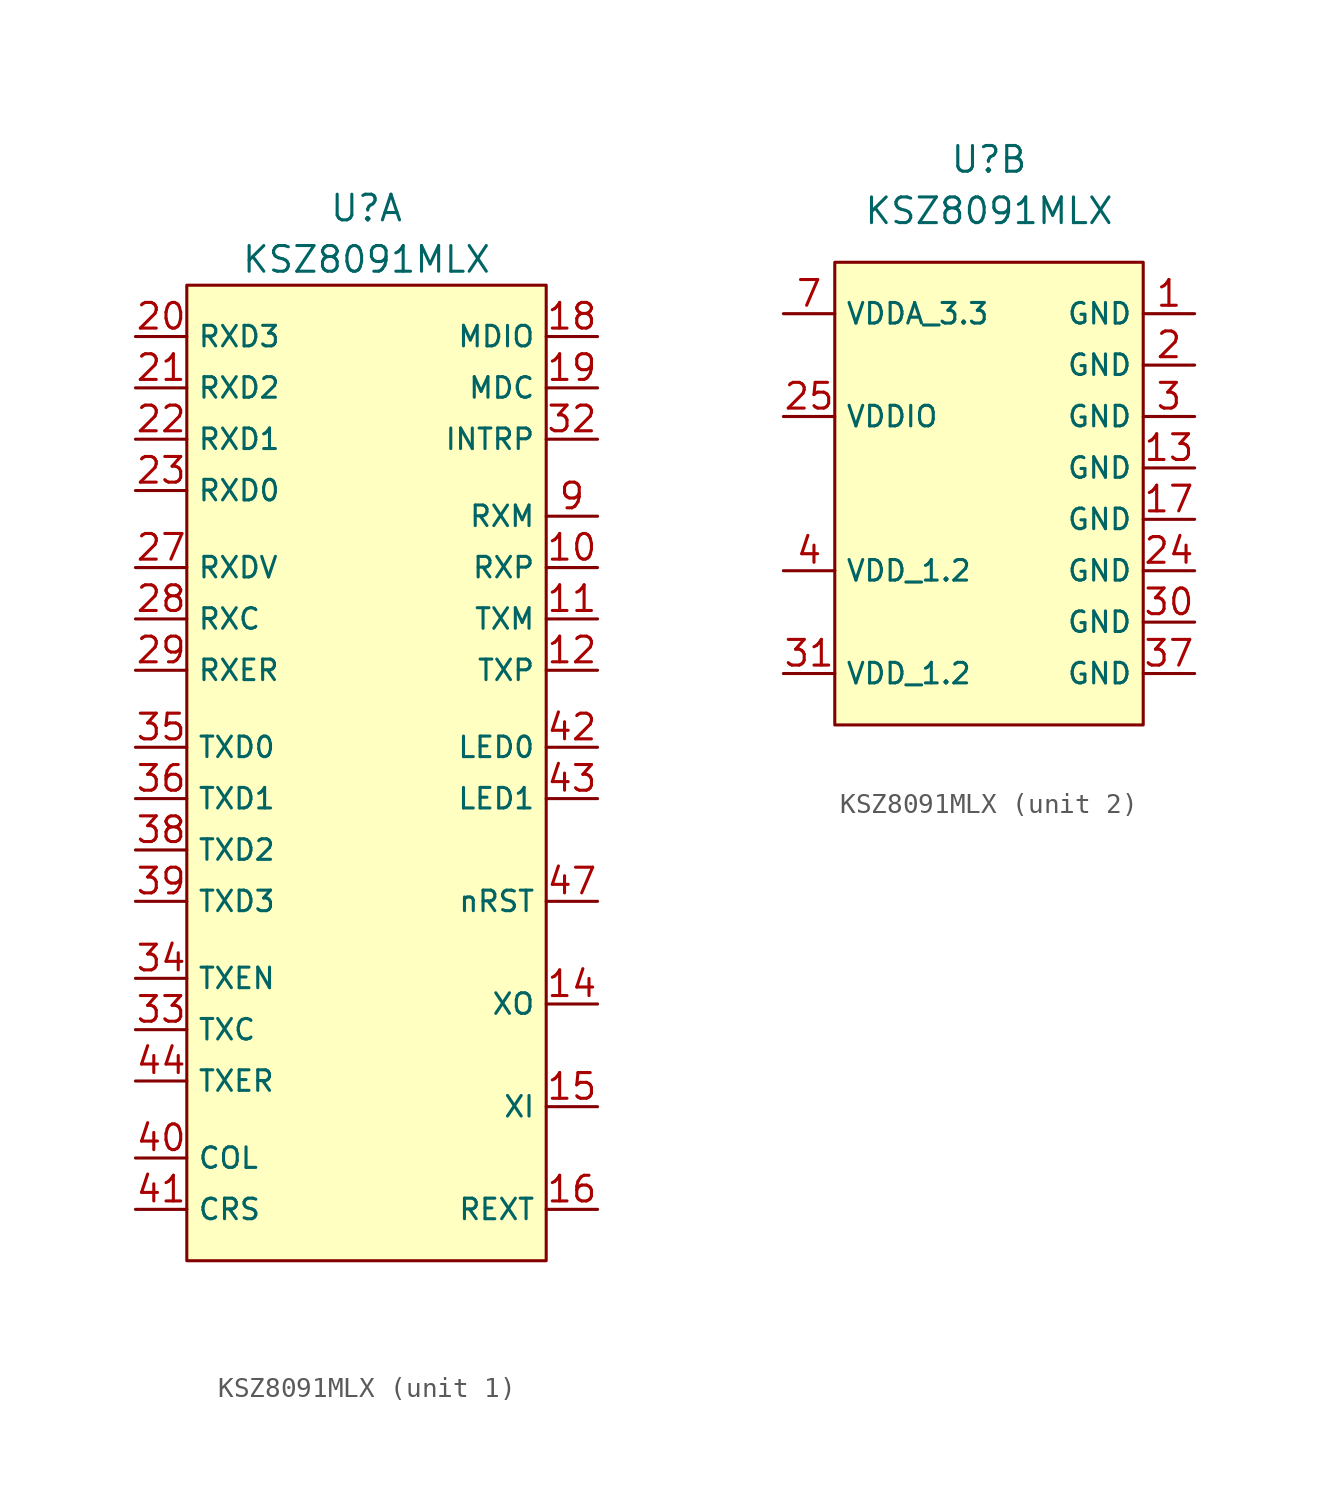
<source format=kicad_sym>
(kicad_symbol_lib
  (version 20201005)
  (generator kicad_symbol_editor)
  (symbol "CustomSymbols:KSZ8091MLX"
    (property "Reference" "U"
      (at 0 16.51 0)
      (effects (font (size 1.27 1.27))))
    (property "Value" "KSZ8091MLX"
      (at 0 13.97 0)
      (effects (font (size 1.27 1.27))))
    (property "ki_locked" ""
      (at 0 0 0)
      (effects (font (size 1.27 1.27))))
    (symbol "KSZ8091MLX_1_0"
      (pin bidirectional line (at 11.43 -1.27 180) (length 2.54) (name "RXP" (effects (font (size 1.016 1.016)))) (number "10" (effects (font (size 1.27 1.27)))))
      (pin bidirectional line (at 11.43 -3.81 180) (length 2.54) (name "TXM" (effects (font (size 1.016 1.016)))) (number "11" (effects (font (size 1.27 1.27)))))
      (pin bidirectional line (at 11.43 -6.35 180) (length 2.54) (name "TXP" (effects (font (size 1.016 1.016)))) (number "12" (effects (font (size 1.27 1.27)))))
      (pin output line (at 11.43 -22.86 180) (length 2.54) (name "XO" (effects (font (size 1.016 1.016)))) (number "14" (effects (font (size 1.27 1.27)))))
      (pin input line (at 11.43 -27.94 180) (length 2.54) (name "XI" (effects (font (size 1.016 1.016)))) (number "15" (effects (font (size 1.27 1.27)))))
      (pin input line (at 11.43 -33.02 180) (length 2.54) (name "REXT" (effects (font (size 1.016 1.016)))) (number "16" (effects (font (size 1.27 1.27)))))
      (pin bidirectional line (at 11.43 10.16 180) (length 2.54) (name "MDIO" (effects (font (size 1.016 1.016)))) (number "18" (effects (font (size 1.27 1.27)))))
      (pin input line (at 11.43 7.62 180) (length 2.54) (name "MDC" (effects (font (size 1.016 1.016)))) (number "19" (effects (font (size 1.27 1.27)))))
      (pin bidirectional line (at -11.43 10.16 0) (length 2.54) (name "RXD3" (effects (font (size 1.016 1.016)))) (number "20" (effects (font (size 1.27 1.27)))))
      (pin bidirectional line (at -11.43 7.62 0) (length 2.54) (name "RXD2" (effects (font (size 1.016 1.016)))) (number "21" (effects (font (size 1.27 1.27)))))
      (pin bidirectional line (at -11.43 5.08 0) (length 2.54) (name "RXD1" (effects (font (size 1.016 1.016)))) (number "22" (effects (font (size 1.27 1.27)))))
      (pin bidirectional line (at -11.43 2.54 0) (length 2.54) (name "RXD0" (effects (font (size 1.016 1.016)))) (number "23" (effects (font (size 1.27 1.27)))))
      (pin bidirectional line (at -11.43 -1.27 0) (length 2.54) (name "RXDV" (effects (font (size 1.016 1.016)))) (number "27" (effects (font (size 1.27 1.27)))))
      (pin bidirectional line (at -11.43 -3.81 0) (length 2.54) (name "RXC" (effects (font (size 1.016 1.016)))) (number "28" (effects (font (size 1.27 1.27)))))
      (pin bidirectional line (at -11.43 -6.35 0) (length 2.54) (name "RXER" (effects (font (size 1.016 1.016)))) (number "29" (effects (font (size 1.27 1.27)))))
      (pin bidirectional line (at 11.43 5.08 180) (length 2.54) (name "INTRP" (effects (font (size 1.016 1.016)))) (number "32" (effects (font (size 1.27 1.27)))))
      (pin output line (at -11.43 -24.13 0) (length 2.54) (name "TXC" (effects (font (size 1.016 1.016)))) (number "33" (effects (font (size 1.27 1.27)))))
      (pin input line (at -11.43 -21.59 0) (length 2.54) (name "TXEN" (effects (font (size 1.016 1.016)))) (number "34" (effects (font (size 1.27 1.27)))))
      (pin input line (at -11.43 -10.16 0) (length 2.54) (name "TXD0" (effects (font (size 1.016 1.016)))) (number "35" (effects (font (size 1.27 1.27)))))
      (pin input line (at -11.43 -12.7 0) (length 2.54) (name "TXD1" (effects (font (size 1.016 1.016)))) (number "36" (effects (font (size 1.27 1.27)))))
      (pin input line (at -11.43 -15.24 0) (length 2.54) (name "TXD2" (effects (font (size 1.016 1.016)))) (number "38" (effects (font (size 1.27 1.27)))))
      (pin input line (at -11.43 -17.78 0) (length 2.54) (name "TXD3" (effects (font (size 1.016 1.016)))) (number "39" (effects (font (size 1.27 1.27)))))
      (pin bidirectional line (at -11.43 -30.48 0) (length 2.54) (name "COL" (effects (font (size 1.016 1.016)))) (number "40" (effects (font (size 1.27 1.27)))))
      (pin bidirectional line (at -11.43 -33.02 0) (length 2.54) (name "CRS" (effects (font (size 1.016 1.016)))) (number "41" (effects (font (size 1.27 1.27)))))
      (pin bidirectional line (at 11.43 -10.16 180) (length 2.54) (name "LED0" (effects (font (size 1.016 1.016)))) (number "42" (effects (font (size 1.27 1.27)))))
      (pin bidirectional line (at 11.43 -12.7 180) (length 2.54) (name "LED1" (effects (font (size 1.016 1.016)))) (number "43" (effects (font (size 1.27 1.27)))))
      (pin input line (at -11.43 -26.67 0) (length 2.54) (name "TXER" (effects (font (size 1.016 1.016)))) (number "44" (effects (font (size 1.27 1.27)))))
      (pin input line (at 11.43 -17.78 180) (length 2.54) (name "nRST" (effects (font (size 1.016 1.016)))) (number "47" (effects (font (size 1.27 1.27)))))
      (pin bidirectional line (at 11.43 1.27 180) (length 2.54) (name "RXM" (effects (font (size 1.016 1.016)))) (number "9" (effects (font (size 1.27 1.27))))))
    (symbol "KSZ8091MLX_1_1"
      (rectangle (start -8.89 12.7) (end 8.89 -35.56) (stroke (width 0.152)) (fill (type background))))
    (symbol "KSZ8091MLX_2_0"
      (pin power_in line (at 10.16 8.89 180) (length 2.54) (name "GND" (effects (font (size 1.016 1.016)))) (number "1" (effects (font (size 1.27 1.27)))))
      (pin power_in line (at 10.16 1.27 180) (length 2.54) (name "GND" (effects (font (size 1.016 1.016)))) (number "13" (effects (font (size 1.27 1.27)))))
      (pin power_in line (at 10.16 -1.27 180) (length 2.54) (name "GND" (effects (font (size 1.016 1.016)))) (number "17" (effects (font (size 1.27 1.27)))))
      (pin power_in line (at 10.16 6.35 180) (length 2.54) (name "GND" (effects (font (size 1.016 1.016)))) (number "2" (effects (font (size 1.27 1.27)))))
      (pin power_in line (at 10.16 -3.81 180) (length 2.54) (name "GND" (effects (font (size 1.016 1.016)))) (number "24" (effects (font (size 1.27 1.27)))))
      (pin power_in line (at -10.16 3.81 0) (length 2.54) (name "VDDIO" (effects (font (size 1.016 1.016)))) (number "25" (effects (font (size 1.27 1.27)))))
      (pin no_connect line (at -6.35 0 0) (length 2.54) hide (name "NC" (effects (font (size 1.016 1.016)))) (number "26" (effects (font (size 1.27 1.27)))))
      (pin power_in line (at 10.16 3.81 180) (length 2.54) (name "GND" (effects (font (size 1.016 1.016)))) (number "3" (effects (font (size 1.27 1.27)))))
      (pin power_in line (at 10.16 -6.35 180) (length 2.54) (name "GND" (effects (font (size 1.016 1.016)))) (number "30" (effects (font (size 1.27 1.27)))))
      (pin power_in line (at -10.16 -8.89 0) (length 2.54) (name "VDD_1.2" (effects (font (size 1.016 1.016)))) (number "31" (effects (font (size 1.27 1.27)))))
      (pin power_in line (at 10.16 -8.89 180) (length 2.54) (name "GND" (effects (font (size 1.016 1.016)))) (number "37" (effects (font (size 1.27 1.27)))))
      (pin power_in line (at -10.16 -3.81 0) (length 2.54) (name "VDD_1.2" (effects (font (size 1.016 1.016)))) (number "4" (effects (font (size 1.27 1.27)))))
      (pin no_connect line (at -6.35 0 0) (length 2.54) hide (name "NC" (effects (font (size 1.016 1.016)))) (number "45" (effects (font (size 1.27 1.27)))))
      (pin no_connect line (at -6.35 0 0) (length 2.54) hide (name "NC" (effects (font (size 1.016 1.016)))) (number "46" (effects (font (size 1.27 1.27)))))
      (pin no_connect line (at -6.35 0 0) (length 2.54) hide (name "NC" (effects (font (size 1.016 1.016)))) (number "48" (effects (font (size 1.27 1.27)))))
      (pin no_connect line (at -6.35 0 0) (length 2.54) hide (name "NC" (effects (font (size 1.016 1.016)))) (number "5" (effects (font (size 1.27 1.27)))))
      (pin no_connect line (at -6.35 0 0) (length 2.54) hide (name "NC" (effects (font (size 1.016 1.016)))) (number "6" (effects (font (size 1.27 1.27)))))
      (pin power_in line (at -10.16 8.89 0) (length 2.54) (name "VDDA_3.3" (effects (font (size 1.016 1.016)))) (number "7" (effects (font (size 1.27 1.27)))))
      (pin no_connect line (at -6.35 0 0) (length 2.54) hide (name "NC" (effects (font (size 1.016 1.016)))) (number "8" (effects (font (size 1.27 1.27))))))
    (symbol "KSZ8091MLX_2_1"
      (rectangle (start -7.62 11.43) (end 7.62 -11.43) (stroke (width 0.152)) (fill (type background))))))
</source>
